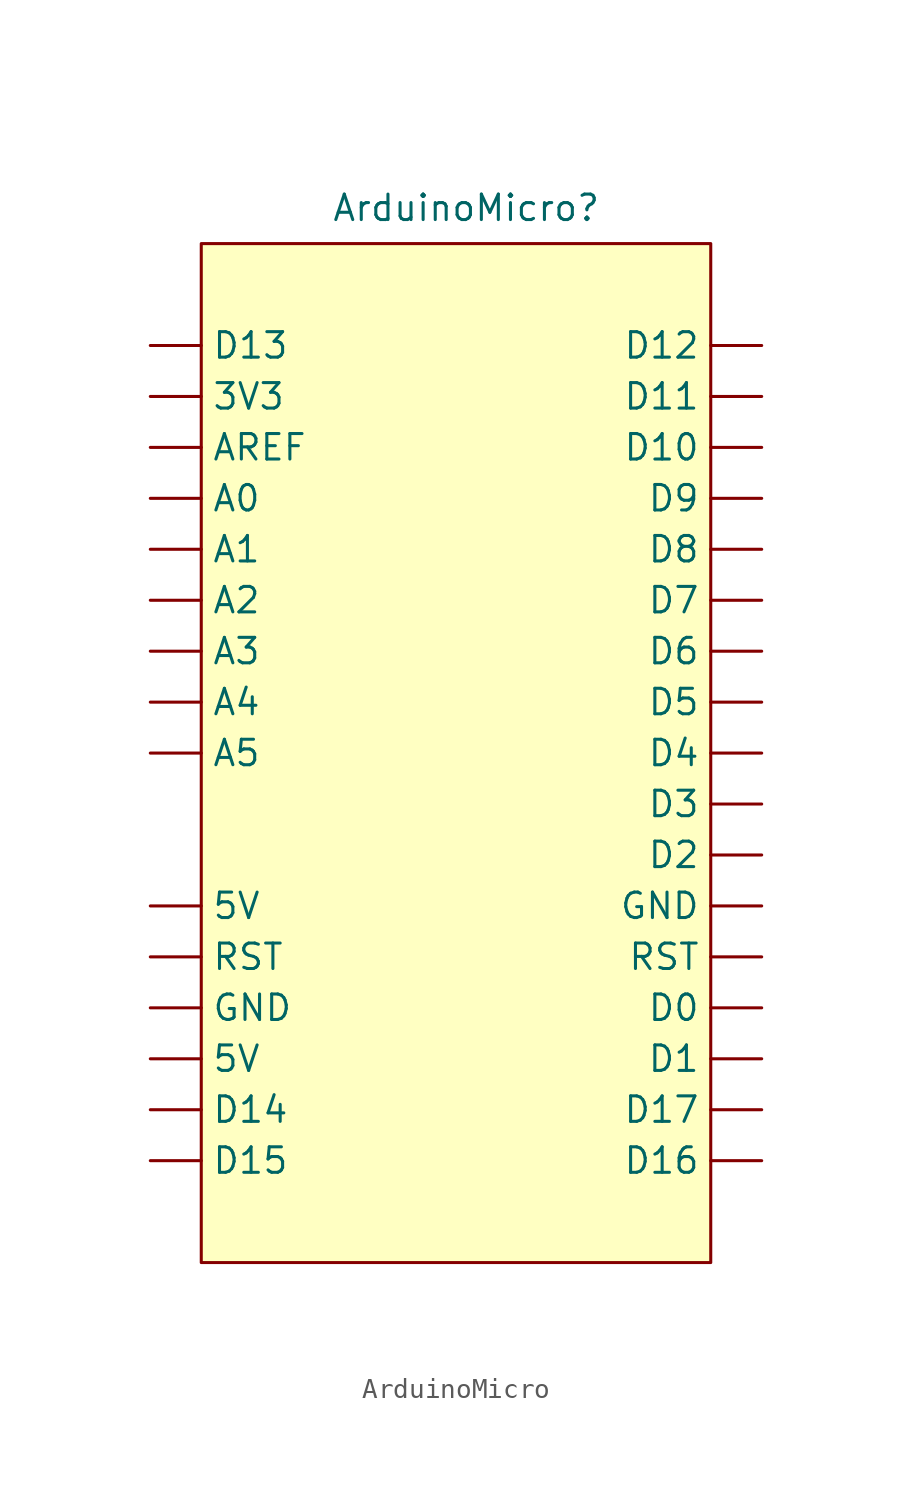
<source format=kicad_sym>
(kicad_symbol_lib
  (version 20231120)
  (generator "kicad_symbol_editor")
  (generator_version "8.0")
  (symbol "ArduinoMicro"
    (property "Reference" "ArduinoMicro"
      (at 0.508 27.178 0)
      (effects (font (size 1.27 1.27))))
    (property "Value" ""
      (at 0 0 0)
      (effects (font (size 1.27 1.27))))
    (symbol "ArduinoMicro_1_1"
      (rectangle (start -12.7 25.4) (end 12.7 -25.4) (stroke (width 0) (type default)) (fill (type background)))
      (pin power_out line (at -15.24 17.78 0) (length 2.54) (name "3V3" (effects (font (size 1.27 1.27)))) (number "" (effects (font (size 1.27 1.27)))))
      (pin power_in line (at -15.24 -15.24 0) (length 2.54) (name "5V" (effects (font (size 1.27 1.27)))) (number "" (effects (font (size 1.27 1.27)))))
      (pin power_out line (at -15.24 -7.62 0) (length 2.54) (name "5V" (effects (font (size 1.27 1.27)))) (number "" (effects (font (size 1.27 1.27)))))
      (pin input line (at -15.24 12.7 0) (length 2.54) (name "A0" (effects (font (size 1.27 1.27)))) (number "" (effects (font (size 1.27 1.27)))))
      (pin input line (at -15.24 10.16 0) (length 2.54) (name "A1" (effects (font (size 1.27 1.27)))) (number "" (effects (font (size 1.27 1.27)))))
      (pin input line (at -15.24 7.62 0) (length 2.54) (name "A2" (effects (font (size 1.27 1.27)))) (number "" (effects (font (size 1.27 1.27)))))
      (pin input line (at -15.24 5.08 0) (length 2.54) (name "A3" (effects (font (size 1.27 1.27)))) (number "" (effects (font (size 1.27 1.27)))))
      (pin input line (at -15.24 2.54 0) (length 2.54) (name "A4" (effects (font (size 1.27 1.27)))) (number "" (effects (font (size 1.27 1.27)))))
      (pin input line (at -15.24 0 0) (length 2.54) (name "A5" (effects (font (size 1.27 1.27)))) (number "" (effects (font (size 1.27 1.27)))))
      (pin input line (at -15.24 15.24 0) (length 2.54) (name "AREF" (effects (font (size 1.27 1.27)))) (number "" (effects (font (size 1.27 1.27)))))
      (pin input line (at 15.24 -12.7 180) (length 2.54) (name "D0" (effects (font (size 1.27 1.27)))) (number "" (effects (font (size 1.27 1.27)))))
      (pin input line (at 15.24 -15.24 180) (length 2.54) (name "D1" (effects (font (size 1.27 1.27)))) (number "" (effects (font (size 1.27 1.27)))))
      (pin input line (at 15.24 15.24 180) (length 2.54) (name "D10" (effects (font (size 1.27 1.27)))) (number "" (effects (font (size 1.27 1.27)))))
      (pin input line (at 15.24 17.78 180) (length 2.54) (name "D11" (effects (font (size 1.27 1.27)))) (number "" (effects (font (size 1.27 1.27)))))
      (pin input line (at 15.24 20.32 180) (length 2.54) (name "D12" (effects (font (size 1.27 1.27)))) (number "" (effects (font (size 1.27 1.27)))))
      (pin input line (at -15.24 20.32 0) (length 2.54) (name "D13" (effects (font (size 1.27 1.27)))) (number "" (effects (font (size 1.27 1.27)))))
      (pin input line (at -15.24 -17.78 0) (length 2.54) (name "D14" (effects (font (size 1.27 1.27)))) (number "" (effects (font (size 1.27 1.27)))))
      (pin input line (at -15.24 -20.32 0) (length 2.54) (name "D15" (effects (font (size 1.27 1.27)))) (number "" (effects (font (size 1.27 1.27)))))
      (pin input line (at 15.24 -20.32 180) (length 2.54) (name "D16" (effects (font (size 1.27 1.27)))) (number "" (effects (font (size 1.27 1.27)))))
      (pin input line (at 15.24 -17.78 180) (length 2.54) (name "D17" (effects (font (size 1.27 1.27)))) (number "" (effects (font (size 1.27 1.27)))))
      (pin input line (at 15.24 -5.08 180) (length 2.54) (name "D2" (effects (font (size 1.27 1.27)))) (number "" (effects (font (size 1.27 1.27)))))
      (pin input line (at 15.24 -2.54 180) (length 2.54) (name "D3" (effects (font (size 1.27 1.27)))) (number "" (effects (font (size 1.27 1.27)))))
      (pin input line (at 15.24 0 180) (length 2.54) (name "D4" (effects (font (size 1.27 1.27)))) (number "" (effects (font (size 1.27 1.27)))))
      (pin input line (at 15.24 2.54 180) (length 2.54) (name "D5" (effects (font (size 1.27 1.27)))) (number "" (effects (font (size 1.27 1.27)))))
      (pin input line (at 15.24 5.08 180) (length 2.54) (name "D6" (effects (font (size 1.27 1.27)))) (number "" (effects (font (size 1.27 1.27)))))
      (pin input line (at 15.24 7.62 180) (length 2.54) (name "D7" (effects (font (size 1.27 1.27)))) (number "" (effects (font (size 1.27 1.27)))))
      (pin input line (at 15.24 10.16 180) (length 2.54) (name "D8" (effects (font (size 1.27 1.27)))) (number "" (effects (font (size 1.27 1.27)))))
      (pin input line (at 15.24 12.7 180) (length 2.54) (name "D9" (effects (font (size 1.27 1.27)))) (number "" (effects (font (size 1.27 1.27)))))
      (pin unspecified line (at -15.24 -12.7 0) (length 2.54) (name "GND" (effects (font (size 1.27 1.27)))) (number "" (effects (font (size 1.27 1.27)))))
      (pin unspecified line (at 15.24 -7.62 180) (length 2.54) (name "GND" (effects (font (size 1.27 1.27)))) (number "" (effects (font (size 1.27 1.27)))))
      (pin input line (at -15.24 -10.16 0) (length 2.54) (name "RST" (effects (font (size 1.27 1.27)))) (number "" (effects (font (size 1.27 1.27)))))
      (pin input line (at 15.24 -10.16 180) (length 2.54) (name "RST" (effects (font (size 1.27 1.27)))) (number "" (effects (font (size 1.27 1.27))))))))
</source>
